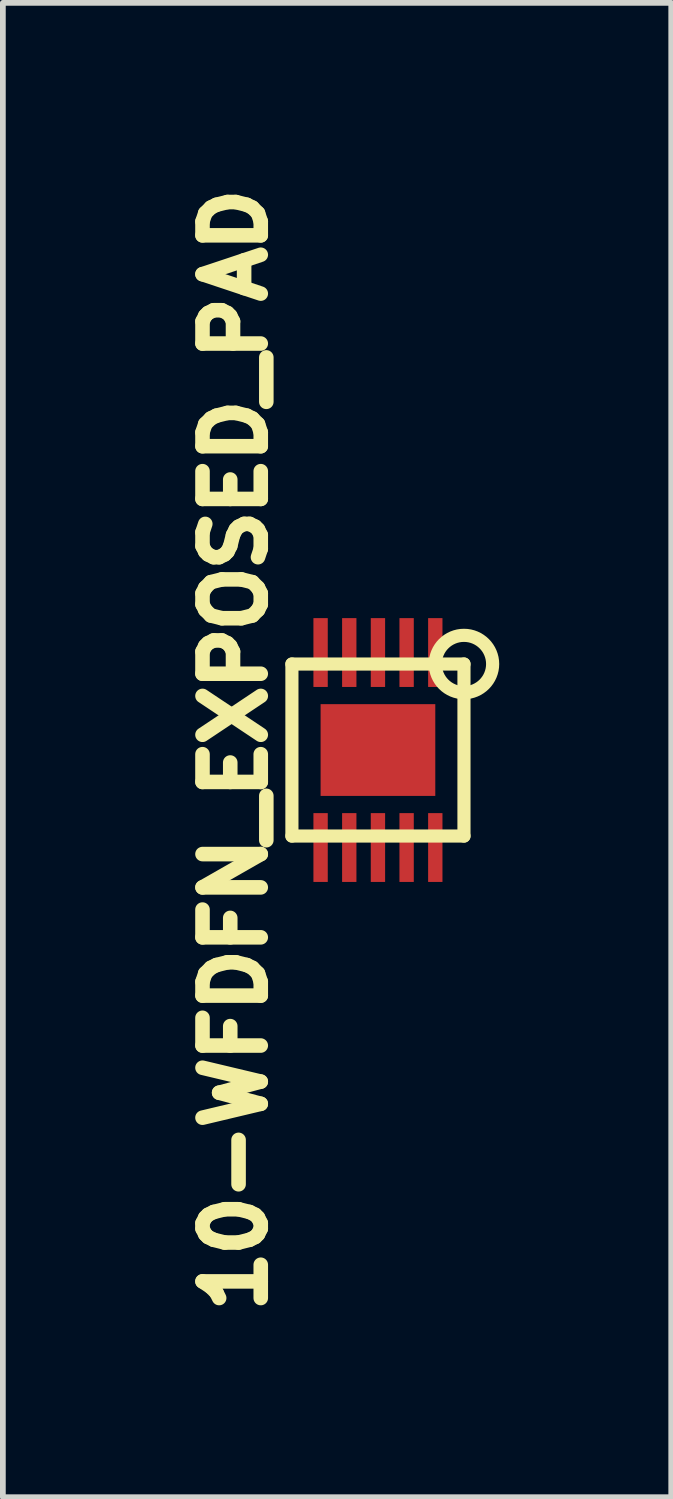
<source format=kicad_pcb>
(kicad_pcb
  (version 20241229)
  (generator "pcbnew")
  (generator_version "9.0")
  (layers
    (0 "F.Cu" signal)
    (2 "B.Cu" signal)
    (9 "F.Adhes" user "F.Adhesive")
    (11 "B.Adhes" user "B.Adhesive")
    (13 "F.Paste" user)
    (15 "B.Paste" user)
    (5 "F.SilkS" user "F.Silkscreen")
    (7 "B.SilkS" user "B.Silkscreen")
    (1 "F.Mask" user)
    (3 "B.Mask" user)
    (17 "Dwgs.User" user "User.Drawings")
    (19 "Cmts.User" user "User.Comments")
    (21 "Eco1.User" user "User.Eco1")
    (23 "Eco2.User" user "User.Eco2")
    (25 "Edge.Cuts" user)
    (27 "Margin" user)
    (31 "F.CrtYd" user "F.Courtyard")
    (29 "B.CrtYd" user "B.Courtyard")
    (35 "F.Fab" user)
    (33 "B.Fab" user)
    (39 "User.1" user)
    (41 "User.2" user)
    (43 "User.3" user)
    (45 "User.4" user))
  (footprint "10-WFDFN_EXPOSED_PAD"
    (layer "F.Cu")
    (at 3.54 10.028)
    (property "Reference" "10-WFDFN_EXPOSED_PAD" (at -2.5 0 270) (layer "F.SilkS") (effects (font (size 1.016 1.016) (thickness 0.254))))
    (attr through_hole)
    (fp_line (start -1.5 -1.5) (end -1.5 1.5) (stroke (width 0.229) (type solid)) (layer "F.SilkS"))
    (fp_line (start -1.5 1.5) (end 1.5 1.5) (stroke (width 0.229) (type solid)) (layer "F.SilkS"))
    (fp_line (start 1.5 -1.5) (end -1.5 -1.5) (stroke (width 0.229) (type solid)) (layer "F.SilkS"))
    (fp_line (start 1.5 1.5) (end 1.5 -1.5) (stroke (width 0.229) (type solid)) (layer "F.SilkS"))
    (fp_circle (center 1.5 -1.5) (end 1.5 -2) (stroke (width 0.229) (type solid)) (fill no) (layer "F.SilkS"))
    (pad "" smd rect (at 0 0) (size 2 1.6) (layers "F.Cu" "F.Mask" "F.Paste"))
    (pad "1" smd rect (at 1 -1.7) (size 0.25 1.2) (layers "F.Cu" "F.Mask" "F.Paste"))
    (pad "2" smd rect (at 0.5 -1.7) (size 0.25 1.2) (layers "F.Cu" "F.Mask" "F.Paste"))
    (pad "3" smd rect (at 0 -1.7) (size 0.25 1.2) (layers "F.Cu" "F.Mask" "F.Paste"))
    (pad "4" smd rect (at -0.5 -1.7) (size 0.25 1.2) (layers "F.Cu" "F.Mask" "F.Paste"))
    (pad "5" smd rect (at -1 -1.7) (size 0.25 1.2) (layers "F.Cu" "F.Mask" "F.Paste"))
    (pad "6" smd rect (at -1 1.7) (size 0.25 1.2) (layers "F.Cu" "F.Mask" "F.Paste"))
    (pad "7" smd rect (at -0.5 1.7) (size 0.25 1.2) (layers "F.Cu" "F.Mask" "F.Paste"))
    (pad "8" smd rect (at 0 1.7) (size 0.25 1.2) (layers "F.Cu" "F.Mask" "F.Paste"))
    (pad "9" smd rect (at 0.5 1.7) (size 0.25 1.2) (layers "F.Cu" "F.Mask" "F.Paste"))
    (pad "10" smd rect (at 1 1.7) (size 0.25 1.2) (layers "F.Cu" "F.Mask" "F.Paste")))
  (gr_rect
    (start -3 -3)
    (end 8.654 23.056)
    (stroke (width 0.1) (type default))
    (fill no)
    (layer "Edge.Cuts")))
</source>
